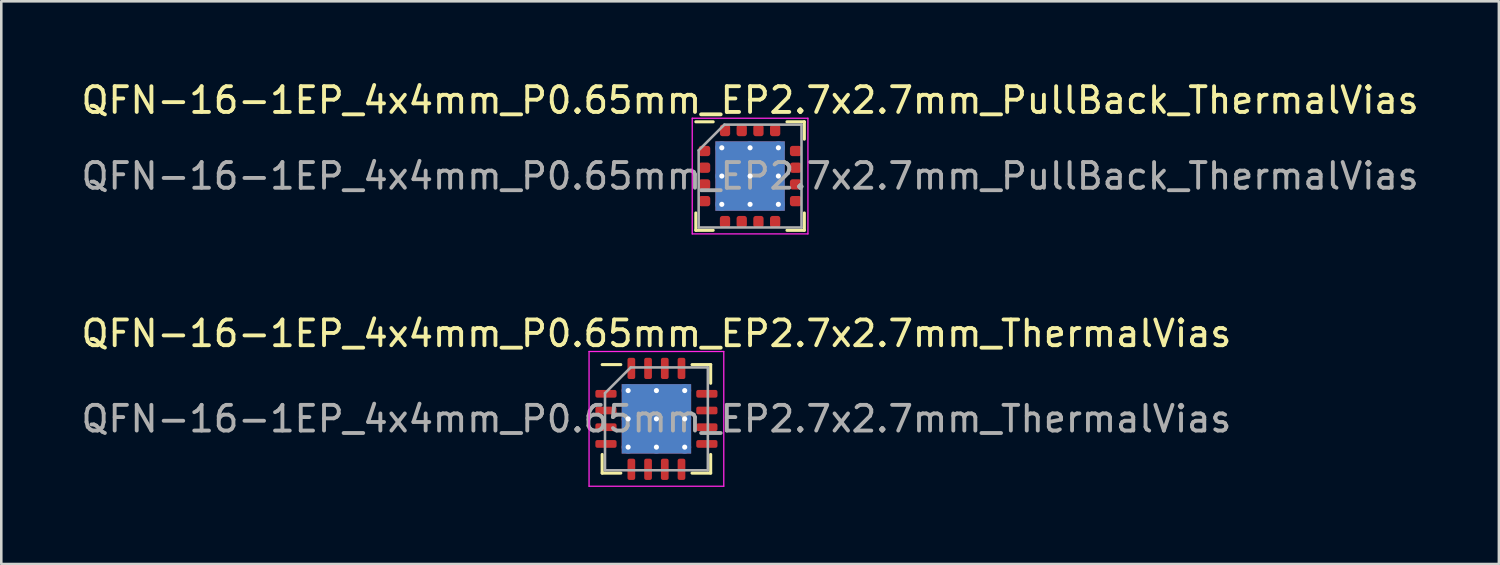
<source format=kicad_pcb>
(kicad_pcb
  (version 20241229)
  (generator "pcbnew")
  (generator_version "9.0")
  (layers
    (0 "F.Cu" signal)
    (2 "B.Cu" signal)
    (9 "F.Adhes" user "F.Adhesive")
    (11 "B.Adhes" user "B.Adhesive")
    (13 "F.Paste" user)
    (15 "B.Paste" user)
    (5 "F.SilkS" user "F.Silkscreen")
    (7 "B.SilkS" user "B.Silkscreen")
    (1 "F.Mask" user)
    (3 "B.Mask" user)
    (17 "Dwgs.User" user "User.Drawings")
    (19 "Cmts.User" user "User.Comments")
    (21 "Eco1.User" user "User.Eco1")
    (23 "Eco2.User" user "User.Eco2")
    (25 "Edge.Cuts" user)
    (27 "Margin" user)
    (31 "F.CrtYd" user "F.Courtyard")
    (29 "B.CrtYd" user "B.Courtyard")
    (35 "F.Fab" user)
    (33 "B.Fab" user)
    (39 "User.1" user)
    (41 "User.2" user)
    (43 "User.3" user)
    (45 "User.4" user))
  (footprint "QFN-16-1EP_4x4mm_P0.65mm_EP2.7x2.7mm_PullBack_ThermalVias"
    (layer "F.Cu")
    (at 26.125 3.798)
    (property "Reference" "QFN-16-1EP_4x4mm_P0.65mm_EP2.7x2.7mm_PullBack_ThermalVias" (at 0 -2.95 0) (layer "F.SilkS") (effects (font (size 1 1) (thickness 0.15))))
    (attr smd)
    (fp_line (start -2.11 2.11) (end -2.11 1.435) (stroke (width 0.12) (type solid)) (layer "F.SilkS"))
    (fp_line (start -1.435 -2.11) (end -2.11 -2.11) (stroke (width 0.12) (type solid)) (layer "F.SilkS"))
    (fp_line (start -1.435 2.11) (end -2.11 2.11) (stroke (width 0.12) (type solid)) (layer "F.SilkS"))
    (fp_line (start 1.435 -2.11) (end 2.11 -2.11) (stroke (width 0.12) (type solid)) (layer "F.SilkS"))
    (fp_line (start 1.435 2.11) (end 2.11 2.11) (stroke (width 0.12) (type solid)) (layer "F.SilkS"))
    (fp_line (start 2.11 -2.11) (end 2.11 -1.435) (stroke (width 0.12) (type solid)) (layer "F.SilkS"))
    (fp_line (start 2.11 2.11) (end 2.11 1.435) (stroke (width 0.12) (type solid)) (layer "F.SilkS"))
    (fp_line (start -2.25 -2.25) (end -2.25 2.25) (stroke (width 0.05) (type solid)) (layer "F.CrtYd"))
    (fp_line (start -2.25 2.25) (end 2.25 2.25) (stroke (width 0.05) (type solid)) (layer "F.CrtYd"))
    (fp_line (start 2.25 -2.25) (end -2.25 -2.25) (stroke (width 0.05) (type solid)) (layer "F.CrtYd"))
    (fp_line (start 2.25 2.25) (end 2.25 -2.25) (stroke (width 0.05) (type solid)) (layer "F.CrtYd"))
    (fp_line (start -2 -1) (end -1 -2) (stroke (width 0.1) (type solid)) (layer "F.Fab"))
    (fp_line (start -2 2) (end -2 -1) (stroke (width 0.1) (type solid)) (layer "F.Fab"))
    (fp_line (start -1 -2) (end 2 -2) (stroke (width 0.1) (type solid)) (layer "F.Fab"))
    (fp_line (start 2 -2) (end 2 2) (stroke (width 0.1) (type solid)) (layer "F.Fab"))
    (fp_line (start 2 2) (end -2 2) (stroke (width 0.1) (type solid)) (layer "F.Fab"))
    (fp_text user "${REFERENCE}" (at 0 0 0) (layer "F.Fab") (effects (font (size 1 1) (thickness 0.15))))
    (pad "" smd roundrect (at -0.675 -0.675) (size 1.17 1.17) (layers "F.Paste") (roundrect_rratio 0.214))
    (pad "" smd roundrect (at -0.675 0.675) (size 1.17 1.17) (layers "F.Paste") (roundrect_rratio 0.214))
    (pad "" smd roundrect (at 0.675 -0.675) (size 1.17 1.17) (layers "F.Paste") (roundrect_rratio 0.214))
    (pad "" smd roundrect (at 0.675 0.675) (size 1.17 1.17) (layers "F.Paste") (roundrect_rratio 0.214))
    (pad "1" smd roundrect (at -1.775 -0.975) (size 0.45 0.4) (layers "F.Cu" "F.Mask" "F.Paste") (roundrect_rratio 0.25))
    (pad "2" smd roundrect (at -1.775 -0.325) (size 0.45 0.4) (layers "F.Cu" "F.Mask" "F.Paste") (roundrect_rratio 0.25))
    (pad "3" smd roundrect (at -1.775 0.325) (size 0.45 0.4) (layers "F.Cu" "F.Mask" "F.Paste") (roundrect_rratio 0.25))
    (pad "4" smd roundrect (at -1.775 0.975) (size 0.45 0.4) (layers "F.Cu" "F.Mask" "F.Paste") (roundrect_rratio 0.25))
    (pad "5" smd roundrect (at -0.975 1.775) (size 0.4 0.45) (layers "F.Cu" "F.Mask" "F.Paste") (roundrect_rratio 0.25))
    (pad "6" smd roundrect (at -0.325 1.775) (size 0.4 0.45) (layers "F.Cu" "F.Mask" "F.Paste") (roundrect_rratio 0.25))
    (pad "7" smd roundrect (at 0.325 1.775) (size 0.4 0.45) (layers "F.Cu" "F.Mask" "F.Paste") (roundrect_rratio 0.25))
    (pad "8" smd roundrect (at 0.975 1.775) (size 0.4 0.45) (layers "F.Cu" "F.Mask" "F.Paste") (roundrect_rratio 0.25))
    (pad "9" smd roundrect (at 1.775 0.975) (size 0.45 0.4) (layers "F.Cu" "F.Mask" "F.Paste") (roundrect_rratio 0.25))
    (pad "10" smd roundrect (at 1.775 0.325) (size 0.45 0.4) (layers "F.Cu" "F.Mask" "F.Paste") (roundrect_rratio 0.25))
    (pad "11" smd roundrect (at 1.775 -0.325) (size 0.45 0.4) (layers "F.Cu" "F.Mask" "F.Paste") (roundrect_rratio 0.25))
    (pad "12" smd roundrect (at 1.775 -0.975) (size 0.45 0.4) (layers "F.Cu" "F.Mask" "F.Paste") (roundrect_rratio 0.25))
    (pad "13" smd roundrect (at 0.975 -1.775) (size 0.4 0.45) (layers "F.Cu" "F.Mask" "F.Paste") (roundrect_rratio 0.25))
    (pad "14" smd roundrect (at 0.325 -1.775) (size 0.4 0.45) (layers "F.Cu" "F.Mask" "F.Paste") (roundrect_rratio 0.25))
    (pad "15" smd roundrect (at -0.325 -1.775) (size 0.4 0.45) (layers "F.Cu" "F.Mask" "F.Paste") (roundrect_rratio 0.25))
    (pad "16" smd roundrect (at -0.975 -1.775) (size 0.4 0.45) (layers "F.Cu" "F.Mask" "F.Paste") (roundrect_rratio 0.25))
    (pad "17" thru_hole circle (at -1.1 -1.1) (size 0.5 0.5) (drill 0.2) (layers "*.Cu"))
    (pad "17" thru_hole circle (at -1.1 0) (size 0.5 0.5) (drill 0.2) (layers "*.Cu"))
    (pad "17" thru_hole circle (at -1.1 1.1) (size 0.5 0.5) (drill 0.2) (layers "*.Cu"))
    (pad "17" thru_hole circle (at 0 -1.1) (size 0.5 0.5) (drill 0.2) (layers "*.Cu"))
    (pad "17" thru_hole circle (at 0 0) (size 0.5 0.5) (drill 0.2) (layers "*.Cu"))
    (pad "17" smd rect (at 0 0) (size 2.7 2.7) (layers "F.Cu" "F.Mask"))
    (pad "17" smd rect (at 0 0) (size 2.7 2.7) (layers "B.Cu"))
    (pad "17" thru_hole circle (at 0 1.1) (size 0.5 0.5) (drill 0.2) (layers "*.Cu"))
    (pad "17" thru_hole circle (at 1.1 -1.1) (size 0.5 0.5) (drill 0.2) (layers "*.Cu"))
    (pad "17" thru_hole circle (at 1.1 0) (size 0.5 0.5) (drill 0.2) (layers "*.Cu"))
    (pad "17" thru_hole circle (at 1.1 1.1) (size 0.5 0.5) (drill 0.2) (layers "*.Cu")))
  (footprint "QFN-16-1EP_4x4mm_P0.65mm_EP2.7x2.7mm_ThermalVias"
    (layer "F.Cu")
    (at 22.482 13.242)
    (property "Reference" "QFN-16-1EP_4x4mm_P0.65mm_EP2.7x2.7mm_ThermalVias" (at 0 -3.32 0) (layer "F.SilkS") (effects (font (size 1 1) (thickness 0.15))))
    (attr smd)
    (fp_line (start -2.11 2.11) (end -2.11 1.385) (stroke (width 0.12) (type solid)) (layer "F.SilkS"))
    (fp_line (start -1.385 -2.11) (end -2.11 -2.11) (stroke (width 0.12) (type solid)) (layer "F.SilkS"))
    (fp_line (start -1.385 2.11) (end -2.11 2.11) (stroke (width 0.12) (type solid)) (layer "F.SilkS"))
    (fp_line (start 1.385 -2.11) (end 2.11 -2.11) (stroke (width 0.12) (type solid)) (layer "F.SilkS"))
    (fp_line (start 1.385 2.11) (end 2.11 2.11) (stroke (width 0.12) (type solid)) (layer "F.SilkS"))
    (fp_line (start 2.11 -2.11) (end 2.11 -1.385) (stroke (width 0.12) (type solid)) (layer "F.SilkS"))
    (fp_line (start 2.11 2.11) (end 2.11 1.385) (stroke (width 0.12) (type solid)) (layer "F.SilkS"))
    (fp_line (start -2.62 -2.62) (end -2.62 2.62) (stroke (width 0.05) (type solid)) (layer "F.CrtYd"))
    (fp_line (start -2.62 2.62) (end 2.62 2.62) (stroke (width 0.05) (type solid)) (layer "F.CrtYd"))
    (fp_line (start 2.62 -2.62) (end -2.62 -2.62) (stroke (width 0.05) (type solid)) (layer "F.CrtYd"))
    (fp_line (start 2.62 2.62) (end 2.62 -2.62) (stroke (width 0.05) (type solid)) (layer "F.CrtYd"))
    (fp_line (start -2 -1) (end -1 -2) (stroke (width 0.1) (type solid)) (layer "F.Fab"))
    (fp_line (start -2 2) (end -2 -1) (stroke (width 0.1) (type solid)) (layer "F.Fab"))
    (fp_line (start -1 -2) (end 2 -2) (stroke (width 0.1) (type solid)) (layer "F.Fab"))
    (fp_line (start 2 -2) (end 2 2) (stroke (width 0.1) (type solid)) (layer "F.Fab"))
    (fp_line (start 2 2) (end -2 2) (stroke (width 0.1) (type solid)) (layer "F.Fab"))
    (fp_text user "${REFERENCE}" (at 0 0 0) (layer "F.Fab") (effects (font (size 1 1) (thickness 0.15))))
    (pad "" smd roundrect (at -0.675 -0.675) (size 1.17 1.17) (layers "F.Paste") (roundrect_rratio 0.214))
    (pad "" smd roundrect (at -0.675 0.675) (size 1.17 1.17) (layers "F.Paste") (roundrect_rratio 0.214))
    (pad "" smd roundrect (at 0.675 -0.675) (size 1.17 1.17) (layers "F.Paste") (roundrect_rratio 0.214))
    (pad "" smd roundrect (at 0.675 0.675) (size 1.17 1.17) (layers "F.Paste") (roundrect_rratio 0.214))
    (pad "1" smd roundrect (at -1.962 -0.975) (size 0.825 0.3) (layers "F.Cu" "F.Mask" "F.Paste") (roundrect_rratio 0.25))
    (pad "2" smd roundrect (at -1.962 -0.325) (size 0.825 0.3) (layers "F.Cu" "F.Mask" "F.Paste") (roundrect_rratio 0.25))
    (pad "3" smd roundrect (at -1.962 0.325) (size 0.825 0.3) (layers "F.Cu" "F.Mask" "F.Paste") (roundrect_rratio 0.25))
    (pad "4" smd roundrect (at -1.962 0.975) (size 0.825 0.3) (layers "F.Cu" "F.Mask" "F.Paste") (roundrect_rratio 0.25))
    (pad "5" smd roundrect (at -0.975 1.962) (size 0.3 0.825) (layers "F.Cu" "F.Mask" "F.Paste") (roundrect_rratio 0.25))
    (pad "6" smd roundrect (at -0.325 1.962) (size 0.3 0.825) (layers "F.Cu" "F.Mask" "F.Paste") (roundrect_rratio 0.25))
    (pad "7" smd roundrect (at 0.325 1.962) (size 0.3 0.825) (layers "F.Cu" "F.Mask" "F.Paste") (roundrect_rratio 0.25))
    (pad "8" smd roundrect (at 0.975 1.962) (size 0.3 0.825) (layers "F.Cu" "F.Mask" "F.Paste") (roundrect_rratio 0.25))
    (pad "9" smd roundrect (at 1.962 0.975) (size 0.825 0.3) (layers "F.Cu" "F.Mask" "F.Paste") (roundrect_rratio 0.25))
    (pad "10" smd roundrect (at 1.962 0.325) (size 0.825 0.3) (layers "F.Cu" "F.Mask" "F.Paste") (roundrect_rratio 0.25))
    (pad "11" smd roundrect (at 1.962 -0.325) (size 0.825 0.3) (layers "F.Cu" "F.Mask" "F.Paste") (roundrect_rratio 0.25))
    (pad "12" smd roundrect (at 1.962 -0.975) (size 0.825 0.3) (layers "F.Cu" "F.Mask" "F.Paste") (roundrect_rratio 0.25))
    (pad "13" smd roundrect (at 0.975 -1.962) (size 0.3 0.825) (layers "F.Cu" "F.Mask" "F.Paste") (roundrect_rratio 0.25))
    (pad "14" smd roundrect (at 0.325 -1.962) (size 0.3 0.825) (layers "F.Cu" "F.Mask" "F.Paste") (roundrect_rratio 0.25))
    (pad "15" smd roundrect (at -0.325 -1.962) (size 0.3 0.825) (layers "F.Cu" "F.Mask" "F.Paste") (roundrect_rratio 0.25))
    (pad "16" smd roundrect (at -0.975 -1.962) (size 0.3 0.825) (layers "F.Cu" "F.Mask" "F.Paste") (roundrect_rratio 0.25))
    (pad "17" thru_hole circle (at -1.1 -1.1) (size 0.5 0.5) (drill 0.2) (layers "*.Cu"))
    (pad "17" thru_hole circle (at -1.1 0) (size 0.5 0.5) (drill 0.2) (layers "*.Cu"))
    (pad "17" thru_hole circle (at -1.1 1.1) (size 0.5 0.5) (drill 0.2) (layers "*.Cu"))
    (pad "17" thru_hole circle (at 0 -1.1) (size 0.5 0.5) (drill 0.2) (layers "*.Cu"))
    (pad "17" thru_hole circle (at 0 0) (size 0.5 0.5) (drill 0.2) (layers "*.Cu"))
    (pad "17" smd rect (at 0 0) (size 2.7 2.7) (layers "F.Cu" "F.Mask"))
    (pad "17" smd rect (at 0 0) (size 2.7 2.7) (layers "B.Cu"))
    (pad "17" thru_hole circle (at 0 1.1) (size 0.5 0.5) (drill 0.2) (layers "*.Cu"))
    (pad "17" thru_hole circle (at 1.1 -1.1) (size 0.5 0.5) (drill 0.2) (layers "*.Cu"))
    (pad "17" thru_hole circle (at 1.1 0) (size 0.5 0.5) (drill 0.2) (layers "*.Cu"))
    (pad "17" thru_hole circle (at 1.1 1.1) (size 0.5 0.5) (drill 0.2) (layers "*.Cu")))
  (gr_rect
    (start -3 -3)
    (end 55.25 18.887)
    (stroke (width 0.1) (type default))
    (fill no)
    (layer "Edge.Cuts")))
</source>
